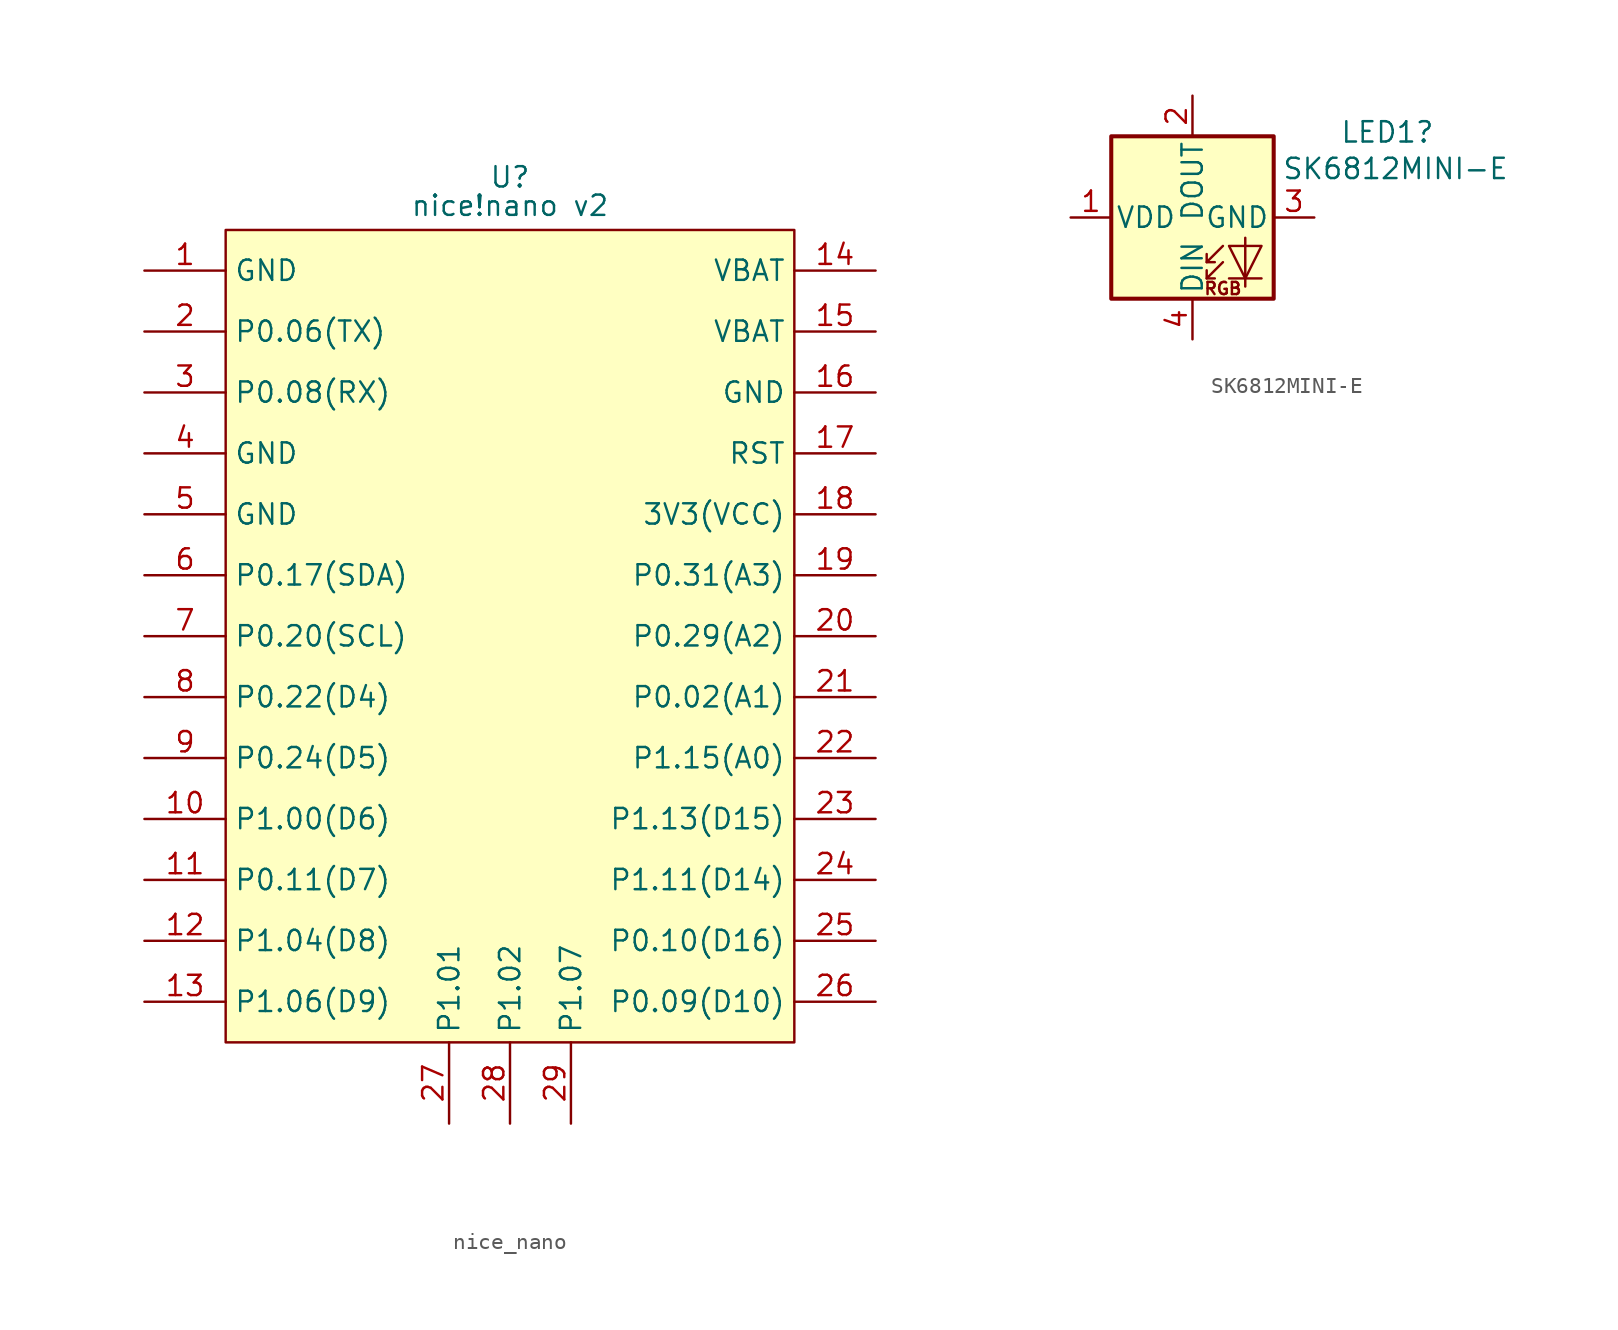
<source format=kicad_sym>
(kicad_symbol_lib
  (version 20241209)
  (generator "kicad_symbol_editor")
  (generator_version "9.0")
  (symbol "nice_nano"
    (property "Reference" "U"
      (at 0 29.972 0)
      (effects (font (size 1.27 1.27))))
    (property "Value" "nice!nano v2"
      (at 0 28.194 0)
      (effects (font (size 1.27 1.27))))
    (symbol "nice_nano_1_0"
      (pin input line (at -22.86 24.13 0) (length 5.08) (name "GND" (effects (font (size 1.27 1.27)))) (number "1" (effects (font (size 1.27 1.27)))))
      (pin bidirectional line (at -22.86 20.32 0) (length 5.08) (name "P0.06(TX)" (effects (font (size 1.27 1.27)))) (number "2" (effects (font (size 1.27 1.27)))))
      (pin bidirectional line (at -22.86 16.51 0) (length 5.08) (name "P0.08(RX)" (effects (font (size 1.27 1.27)))) (number "3" (effects (font (size 1.27 1.27)))))
      (pin input line (at -22.86 12.7 0) (length 5.08) (name "GND" (effects (font (size 1.27 1.27)))) (number "4" (effects (font (size 1.27 1.27)))))
      (pin input line (at -22.86 8.89 0) (length 5.08) (name "GND" (effects (font (size 1.27 1.27)))) (number "5" (effects (font (size 1.27 1.27)))))
      (pin bidirectional line (at -22.86 5.08 0) (length 5.08) (name "P0.17(SDA)" (effects (font (size 1.27 1.27)))) (number "6" (effects (font (size 1.27 1.27)))))
      (pin bidirectional line (at -22.86 1.27 0) (length 5.08) (name "P0.20(SCL)" (effects (font (size 1.27 1.27)))) (number "7" (effects (font (size 1.27 1.27)))))
      (pin bidirectional line (at -22.86 -2.54 0) (length 5.08) (name "P0.22(D4)" (effects (font (size 1.27 1.27)))) (number "8" (effects (font (size 1.27 1.27)))))
      (pin bidirectional line (at -22.86 -6.35 0) (length 5.08) (name "P0.24(D5)" (effects (font (size 1.27 1.27)))) (number "9" (effects (font (size 1.27 1.27)))))
      (pin bidirectional line (at -22.86 -10.16 0) (length 5.08) (name "P1.00(D6)" (effects (font (size 1.27 1.27)))) (number "10" (effects (font (size 1.27 1.27)))))
      (pin bidirectional line (at -22.86 -13.97 0) (length 5.08) (name "P0.11(D7)" (effects (font (size 1.27 1.27)))) (number "11" (effects (font (size 1.27 1.27)))))
      (pin bidirectional line (at -22.86 -17.78 0) (length 5.08) (name "P1.04(D8)" (effects (font (size 1.27 1.27)))) (number "12" (effects (font (size 1.27 1.27)))))
      (pin bidirectional line (at -22.86 -21.59 0) (length 5.08) (name "P1.06(D9)" (effects (font (size 1.27 1.27)))) (number "13" (effects (font (size 1.27 1.27)))))
      (pin bidirectional line (at -3.81 -29.21 90) (length 5.08) (name "P1.01" (effects (font (size 1.27 1.27)))) (number "27" (effects (font (size 1.27 1.27)))))
      (pin bidirectional line (at 0 -29.21 90) (length 5.08) (name "P1.02" (effects (font (size 1.27 1.27)))) (number "28" (effects (font (size 1.27 1.27)))))
      (pin bidirectional line (at 3.81 -29.21 90) (length 5.08) (name "P1.07" (effects (font (size 1.27 1.27)))) (number "29" (effects (font (size 1.27 1.27)))))
      (pin power_out line (at 22.86 24.13 180) (length 5.08) (name "VBAT" (effects (font (size 1.27 1.27)))) (number "14" (effects (font (size 1.27 1.27)))))
      (pin power_out line (at 22.86 20.32 180) (length 5.08) (name "VBAT" (effects (font (size 1.27 1.27)))) (number "15" (effects (font (size 1.27 1.27)))))
      (pin power_out line (at 22.86 16.51 180) (length 5.08) (name "GND" (effects (font (size 1.27 1.27)))) (number "16" (effects (font (size 1.27 1.27)))))
      (pin bidirectional line (at 22.86 12.7 180) (length 5.08) (name "RST" (effects (font (size 1.27 1.27)))) (number "17" (effects (font (size 1.27 1.27)))))
      (pin power_out line (at 22.86 8.89 180) (length 5.08) (name "3V3(VCC)" (effects (font (size 1.27 1.27)))) (number "18" (effects (font (size 1.27 1.27)))))
      (pin bidirectional line (at 22.86 5.08 180) (length 5.08) (name "P0.31(A3)" (effects (font (size 1.27 1.27)))) (number "19" (effects (font (size 1.27 1.27)))))
      (pin bidirectional line (at 22.86 1.27 180) (length 5.08) (name "P0.29(A2)" (effects (font (size 1.27 1.27)))) (number "20" (effects (font (size 1.27 1.27)))))
      (pin bidirectional line (at 22.86 -2.54 180) (length 5.08) (name "P0.02(A1)" (effects (font (size 1.27 1.27)))) (number "21" (effects (font (size 1.27 1.27)))))
      (pin bidirectional line (at 22.86 -6.35 180) (length 5.08) (name "P1.15(A0)" (effects (font (size 1.27 1.27)))) (number "22" (effects (font (size 1.27 1.27)))))
      (pin bidirectional line (at 22.86 -10.16 180) (length 5.08) (name "P1.13(D15)" (effects (font (size 1.27 1.27)))) (number "23" (effects (font (size 1.27 1.27)))))
      (pin bidirectional line (at 22.86 -13.97 180) (length 5.08) (name "P1.11(D14)" (effects (font (size 1.27 1.27)))) (number "24" (effects (font (size 1.27 1.27)))))
      (pin bidirectional line (at 22.86 -17.78 180) (length 5.08) (name "P0.10(D16)" (effects (font (size 1.27 1.27)))) (number "25" (effects (font (size 1.27 1.27)))))
      (pin bidirectional line (at 22.86 -21.59 180) (length 5.08) (name "P0.09(D10)" (effects (font (size 1.27 1.27)))) (number "26" (effects (font (size 1.27 1.27))))))
    (symbol "nice_nano_1_1"
      (rectangle (start -17.78 26.67) (end 17.78 -24.13) (stroke (width 0) (type default)) (fill (type background)))))
  (symbol "SK6812MINI-E"
    (pin_names
      (offset 0.254))
    (property "Reference" "LED1"
      (at 12.192 5.334 0)
      (effects (font (size 1.27 1.27))))
    (property "Value" "SK6812MINI-E"
      (at 12.7 3.048 0)
      (effects (font (size 1.27 1.27))))
    (symbol "SK6812MINI-E_0_0"
      (text "RGB" (at 1.905 -4.445 0) (effects (font (size 0.762 0.762)))))
    (symbol "SK6812MINI-E_0_1"
      (rectangle (start -5.08 5.08) (end 5.08 -5.08) (stroke (width 0.254) (type default)) (fill (type background)))
      (polyline (pts (xy 0.889 -2.794) (xy 1.397 -2.794)) (stroke (width 0) (type default)) (fill (type none)))
      (polyline (pts (xy 0.889 -3.81) (xy 1.397 -3.81)) (stroke (width 0) (type default)) (fill (type none)))
      (polyline (pts (xy 1.905 -1.778) (xy 0.889 -2.794) (xy 0.889 -2.286)) (stroke (width 0) (type default)) (fill (type none)))
      (polyline (pts (xy 1.905 -2.794) (xy 0.889 -3.81) (xy 0.889 -3.302)) (stroke (width 0) (type default)) (fill (type none)))
      (polyline (pts (xy 3.302 -1.27) (xy 3.302 -3.81) (xy 3.302 -4.318)) (stroke (width 0) (type default)) (fill (type none)))
      (polyline (pts (xy 4.318 -1.778) (xy 2.286 -1.778) (xy 3.302 -3.81) (xy 4.318 -1.778)) (stroke (width 0) (type default)) (fill (type none)))
      (polyline (pts (xy 4.318 -3.81) (xy 2.286 -3.81)) (stroke (width 0) (type default)) (fill (type none))))
    (symbol "SK6812MINI-E_1_1"
      (pin power_in line (at -7.62 0 0) (length 2.54) (name "VDD" (effects (font (size 1.27 1.27)))) (number "1" (effects (font (size 1.27 1.27)))))
      (pin output line (at 0 7.62 270) (length 2.54) (name "DOUT" (effects (font (size 1.27 1.27)))) (number "2" (effects (font (size 1.27 1.27)))))
      (pin input line (at 0 -7.62 90) (length 2.54) (name "DIN" (effects (font (size 1.27 1.27)))) (number "4" (effects (font (size 1.27 1.27)))))
      (pin power_in line (at 7.62 0 180) (length 2.54) (name "GND" (effects (font (size 1.27 1.27)))) (number "3" (effects (font (size 1.27 1.27))))))))
</source>
